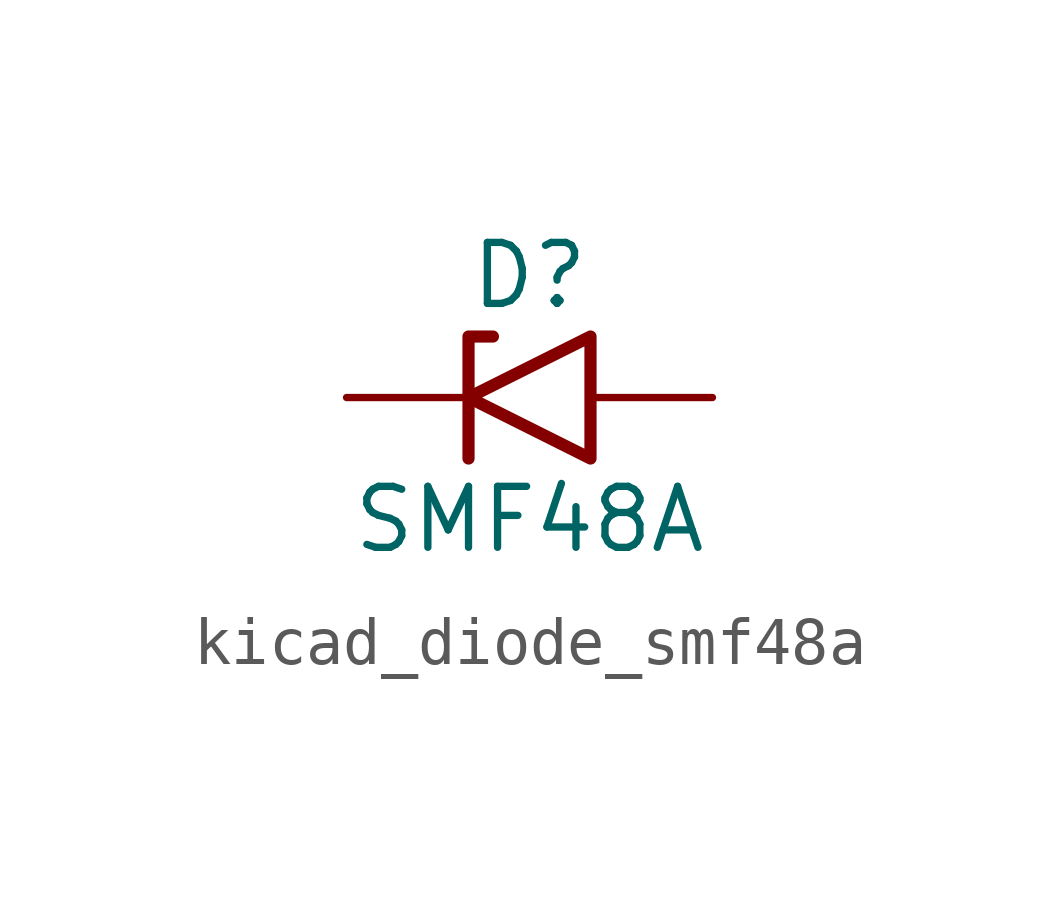
<source format=kicad_sym>
(kicad_symbol_lib
  (version 20220914)
  (generator kicad_symbol_editor)
  (symbol "kicad_diode_smf48a"
    (pin_numbers hide)
    (pin_names
      (offset 1.016) hide)
    (property "Reference" "D"
      (at 0 2.54 0)
      (effects (font (size 1.27 1.27))))
    (property "Value" "SMF48A"
      (at 0 -2.54 0)
      (effects (font (size 1.27 1.27))))
    (symbol "kicad_diode_smf48a_0_1"
      (polyline (pts (xy -0.762 1.27) (xy -1.27 1.27) (xy -1.27 -1.27)) (stroke (width 0.254) (type default)) (fill (type none)))
      (polyline (pts (xy 1.27 1.27) (xy 1.27 -1.27) (xy -1.27 0) (xy 1.27 1.27)) (stroke (width 0.254) (type default)) (fill (type none))))
    (symbol "kicad_diode_smf48a_1_1"
      (pin passive line (at -3.81 0 0) (length 2.54) (name "A1" (effects (font (size 1.27 1.27)))) (number "1" (effects (font (size 1.27 1.27)))))
      (pin passive line (at 3.81 0 180) (length 2.54) (name "A2" (effects (font (size 1.27 1.27)))) (number "2" (effects (font (size 1.27 1.27))))))))
</source>
